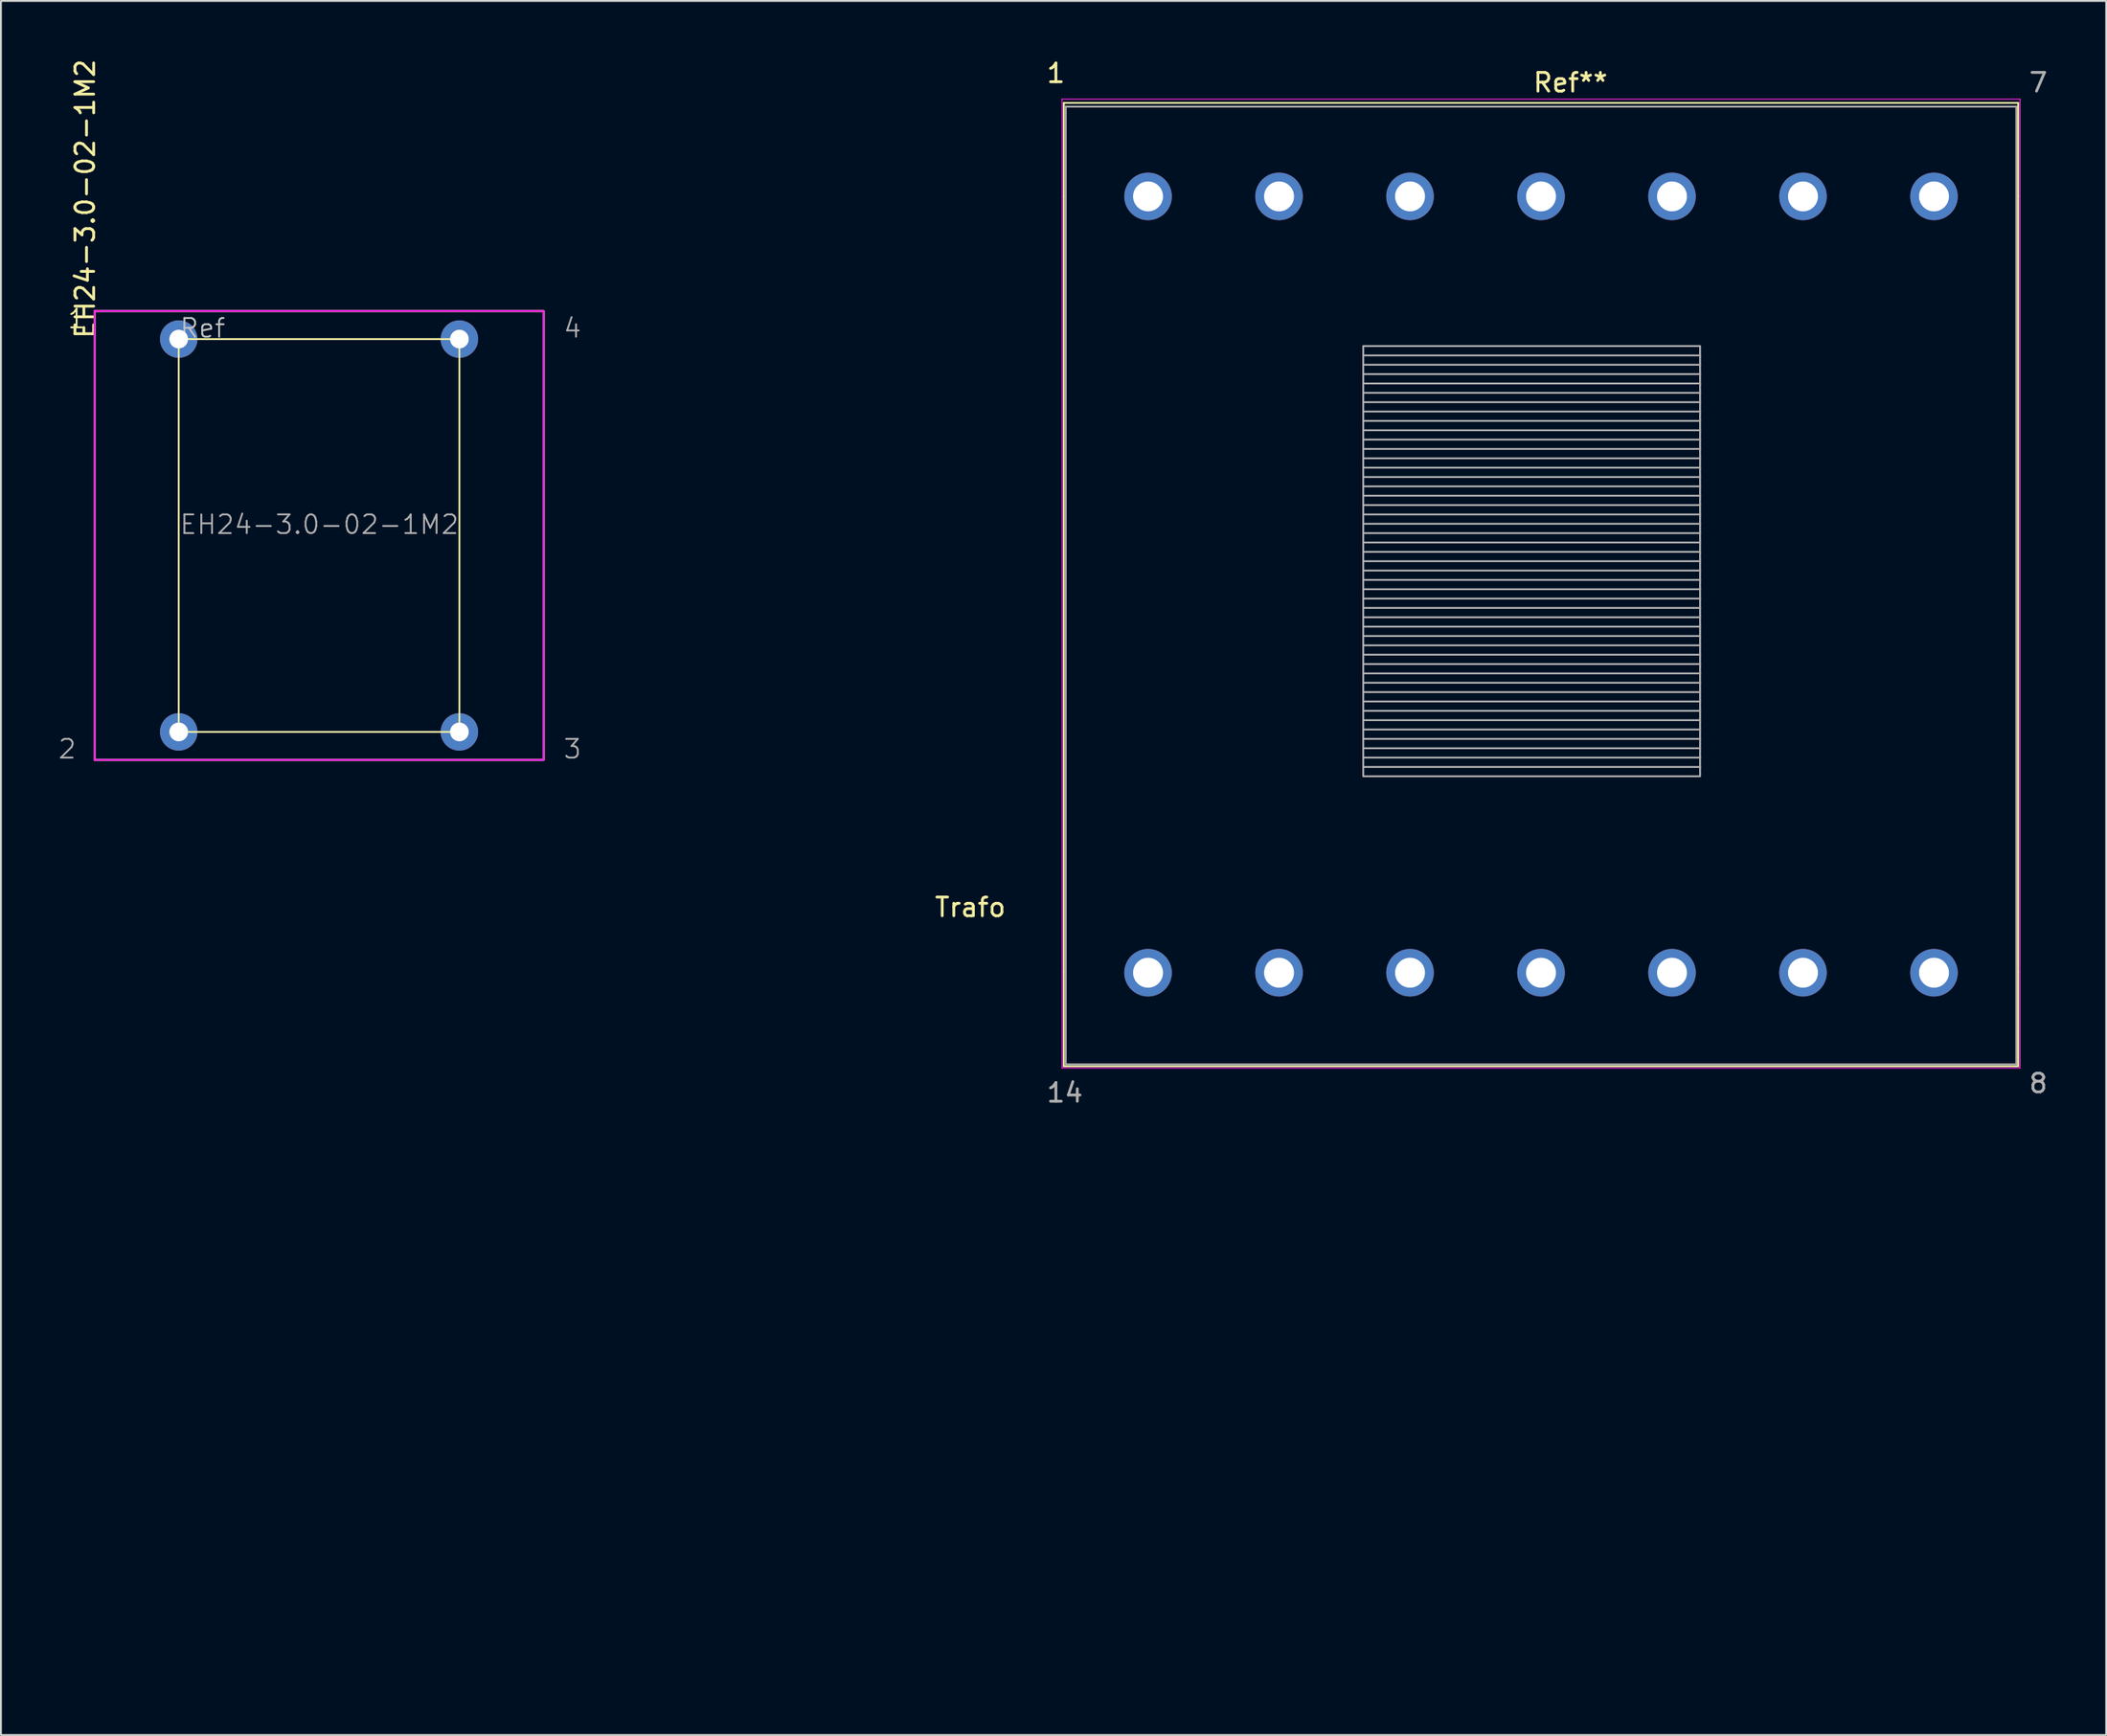
<source format=kicad_pcb>
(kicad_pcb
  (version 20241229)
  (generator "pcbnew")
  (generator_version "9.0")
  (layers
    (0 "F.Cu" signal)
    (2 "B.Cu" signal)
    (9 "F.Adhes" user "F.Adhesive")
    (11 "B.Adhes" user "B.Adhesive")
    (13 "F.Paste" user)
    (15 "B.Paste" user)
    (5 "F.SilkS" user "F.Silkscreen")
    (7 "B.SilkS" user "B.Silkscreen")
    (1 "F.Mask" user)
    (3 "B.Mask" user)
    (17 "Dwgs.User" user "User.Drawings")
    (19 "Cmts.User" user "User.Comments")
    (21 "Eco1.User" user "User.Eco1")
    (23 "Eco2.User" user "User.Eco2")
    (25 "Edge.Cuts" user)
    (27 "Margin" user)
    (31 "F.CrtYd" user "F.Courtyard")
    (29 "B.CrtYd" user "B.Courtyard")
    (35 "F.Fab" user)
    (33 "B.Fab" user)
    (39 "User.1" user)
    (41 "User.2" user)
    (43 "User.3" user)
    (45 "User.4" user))
  (footprint "Trafo"
    (layer "F.Cu")
    (at 31.302 86.45)
    (property "Reference" "Trafo" (at 17.5 -41 0) (layer "F.SilkS") (effects (font (size 1 1) (thickness 0.15))))
    (attr through_hole)
    (fp_line (start 22.5 -84) (end 22.5 -79) (stroke (width 0.1) (type default)) (layer "F.SilkS"))
    (fp_line (start 22.5 -37.5) (end 22.5 -79) (stroke (width 0.1) (type default)) (layer "F.SilkS"))
    (fp_line (start 22.5 -37.5) (end 22.5 -32.5) (stroke (width 0.1) (type default)) (layer "F.SilkS"))
    (fp_line (start 22.5 -32.5) (end 73.5 -32.5) (stroke (width 0.1) (type default)) (layer "F.SilkS"))
    (fp_line (start 73.5 -84) (end 22.5 -84) (stroke (width 0.1) (type default)) (layer "F.SilkS"))
    (fp_line (start 73.5 -79) (end 73.5 -84) (stroke (width 0.1) (type default)) (layer "F.SilkS"))
    (fp_line (start 73.5 -79) (end 73.5 -37.5) (stroke (width 0.1) (type default)) (layer "F.SilkS"))
    (fp_line (start 73.5 -37.5) (end 73.5 -32.5) (stroke (width 0.1) (type default)) (layer "F.SilkS"))
    (fp_line (start 22.4 -84.2) (end 73.6 -84.2) (stroke (width 0.05) (type default)) (layer "F.CrtYd"))
    (fp_line (start 22.4 -32.4) (end 22.4 -84.2) (stroke (width 0.05) (type default)) (layer "F.CrtYd"))
    (fp_line (start 73.6 -84.2) (end 73.6 -32.4) (stroke (width 0.05) (type default)) (layer "F.CrtYd"))
    (fp_line (start 73.6 -32.4) (end 22.4 -32.4) (stroke (width 0.05) (type default)) (layer "F.CrtYd"))
    (fp_line (start 22.6 -83.8) (end 73.4 -83.8) (stroke (width 0.1) (type default)) (layer "F.Fab"))
    (fp_line (start 22.6 -32.6) (end 22.6 -83.8) (stroke (width 0.1) (type default)) (layer "F.Fab"))
    (fp_line (start 38.5 -70.5) (end 56.5 -70.5) (stroke (width 0.1) (type default)) (layer "F.Fab"))
    (fp_line (start 38.5 -70) (end 56.5 -70) (stroke (width 0.1) (type default)) (layer "F.Fab"))
    (fp_line (start 38.5 -69.5) (end 56.5 -69.5) (stroke (width 0.1) (type default)) (layer "F.Fab"))
    (fp_line (start 38.5 -69) (end 56.5 -69) (stroke (width 0.1) (type default)) (layer "F.Fab"))
    (fp_line (start 38.5 -68.5) (end 56.5 -68.5) (stroke (width 0.1) (type default)) (layer "F.Fab"))
    (fp_line (start 38.5 -68) (end 56.5 -68) (stroke (width 0.1) (type default)) (layer "F.Fab"))
    (fp_line (start 38.5 -67.5) (end 56.5 -67.5) (stroke (width 0.1) (type default)) (layer "F.Fab"))
    (fp_line (start 38.5 -67) (end 56.5 -67) (stroke (width 0.1) (type default)) (layer "F.Fab"))
    (fp_line (start 38.5 -66.5) (end 56.5 -66.5) (stroke (width 0.1) (type default)) (layer "F.Fab"))
    (fp_line (start 38.5 -66) (end 56.5 -66) (stroke (width 0.1) (type default)) (layer "F.Fab"))
    (fp_line (start 38.5 -65.5) (end 56.5 -65.5) (stroke (width 0.1) (type default)) (layer "F.Fab"))
    (fp_line (start 38.5 -65) (end 56.5 -65) (stroke (width 0.1) (type default)) (layer "F.Fab"))
    (fp_line (start 38.5 -64.5) (end 56.5 -64.5) (stroke (width 0.1) (type default)) (layer "F.Fab"))
    (fp_line (start 38.5 -64) (end 56.5 -64) (stroke (width 0.1) (type default)) (layer "F.Fab"))
    (fp_line (start 38.5 -63.5) (end 56.5 -63.5) (stroke (width 0.1) (type default)) (layer "F.Fab"))
    (fp_line (start 38.5 -63) (end 56.5 -63) (stroke (width 0.1) (type default)) (layer "F.Fab"))
    (fp_line (start 38.5 -62.5) (end 56.5 -62.5) (stroke (width 0.1) (type default)) (layer "F.Fab"))
    (fp_line (start 38.5 -62) (end 56.5 -62) (stroke (width 0.1) (type default)) (layer "F.Fab"))
    (fp_line (start 38.5 -61.5) (end 56.5 -61.5) (stroke (width 0.1) (type default)) (layer "F.Fab"))
    (fp_line (start 38.5 -61) (end 56.5 -61) (stroke (width 0.1) (type default)) (layer "F.Fab"))
    (fp_line (start 38.5 -60.5) (end 56.5 -60.5) (stroke (width 0.1) (type default)) (layer "F.Fab"))
    (fp_line (start 38.5 -60) (end 56.5 -60) (stroke (width 0.1) (type default)) (layer "F.Fab"))
    (fp_line (start 38.5 -59.5) (end 56.5 -59.5) (stroke (width 0.1) (type default)) (layer "F.Fab"))
    (fp_line (start 38.5 -59) (end 56.5 -59) (stroke (width 0.1) (type default)) (layer "F.Fab"))
    (fp_line (start 38.5 -58.5) (end 56.5 -58.5) (stroke (width 0.1) (type default)) (layer "F.Fab"))
    (fp_line (start 38.5 -58) (end 56.5 -58) (stroke (width 0.1) (type default)) (layer "F.Fab"))
    (fp_line (start 38.5 -57.5) (end 56.5 -57.5) (stroke (width 0.1) (type default)) (layer "F.Fab"))
    (fp_line (start 38.5 -57) (end 56.5 -57) (stroke (width 0.1) (type default)) (layer "F.Fab"))
    (fp_line (start 38.5 -56.5) (end 56.5 -56.5) (stroke (width 0.1) (type default)) (layer "F.Fab"))
    (fp_line (start 38.5 -56) (end 56.5 -56) (stroke (width 0.1) (type default)) (layer "F.Fab"))
    (fp_line (start 38.5 -55.5) (end 56.5 -55.5) (stroke (width 0.1) (type default)) (layer "F.Fab"))
    (fp_line (start 38.5 -55) (end 56.5 -55) (stroke (width 0.1) (type default)) (layer "F.Fab"))
    (fp_line (start 38.5 -54.5) (end 56.5 -54.5) (stroke (width 0.1) (type default)) (layer "F.Fab"))
    (fp_line (start 38.5 -54) (end 56.5 -54) (stroke (width 0.1) (type default)) (layer "F.Fab"))
    (fp_line (start 38.5 -53.5) (end 56.5 -53.5) (stroke (width 0.1) (type default)) (layer "F.Fab"))
    (fp_line (start 38.5 -53) (end 56.5 -53) (stroke (width 0.1) (type default)) (layer "F.Fab"))
    (fp_line (start 38.5 -52.5) (end 56.5 -52.5) (stroke (width 0.1) (type default)) (layer "F.Fab"))
    (fp_line (start 38.5 -52) (end 56.5 -52) (stroke (width 0.1) (type default)) (layer "F.Fab"))
    (fp_line (start 38.5 -51.5) (end 56.5 -51.5) (stroke (width 0.1) (type default)) (layer "F.Fab"))
    (fp_line (start 38.5 -51) (end 56.5 -51) (stroke (width 0.1) (type default)) (layer "F.Fab"))
    (fp_line (start 38.5 -50.5) (end 56.5 -50.5) (stroke (width 0.1) (type default)) (layer "F.Fab"))
    (fp_line (start 38.5 -50) (end 56.5 -50) (stroke (width 0.1) (type default)) (layer "F.Fab"))
    (fp_line (start 38.5 -49.5) (end 56.5 -49.5) (stroke (width 0.1) (type default)) (layer "F.Fab"))
    (fp_line (start 38.5 -49) (end 56.5 -49) (stroke (width 0.1) (type default)) (layer "F.Fab"))
    (fp_line (start 38.5 -48.5) (end 56.5 -48.5) (stroke (width 0.1) (type default)) (layer "F.Fab"))
    (fp_line (start 73.4 -83.8) (end 73.4 -32.6) (stroke (width 0.1) (type default)) (layer "F.Fab"))
    (fp_line (start 73.4 -32.6) (end 22.6 -32.6) (stroke (width 0.1) (type default)) (layer "F.Fab"))
    (fp_rect (start 38.5 -71) (end 56.5 -48) (stroke (width 0.1) (type default)) (fill no) (layer "F.Fab"))
    (fp_text user "Ref**" (at 47.5 -84.5 0) (unlocked yes) (layer "F.SilkS") (effects (font (size 1 1) (thickness 0.15)) (justify left bottom)))
    (fp_text user "1" (at 21.5 -85 0) (unlocked yes) (layer "F.SilkS") (effects (font (size 1 1) (thickness 0.15)) (justify left bottom)))
    (fp_text user "7" (at 74 -84.5 0) (unlocked yes) (layer "F.Fab") (effects (font (size 1 1) (thickness 0.15)) (justify left bottom)))
    (fp_text user "8" (at 74 -31 0) (unlocked yes) (layer "F.Fab") (effects (font (size 1 1) (thickness 0.15)) (justify left bottom)))
    (fp_text user "14" (at 21.5 -30.5 0) (unlocked yes) (layer "F.Fab") (effects (font (size 1 1) (thickness 0.15)) (justify left bottom)))
    (pad "1" thru_hole circle (at 27 -79) (size 2.54 2.54) (drill 1.6) (layers "*.Cu" "*.Mask"))
    (pad "2" thru_hole circle (at 34 -79) (size 2.54 2.54) (drill 1.6) (layers "*.Cu" "*.Mask"))
    (pad "3" thru_hole circle (at 41 -79) (size 2.54 2.54) (drill 1.6) (layers "*.Cu" "*.Mask"))
    (pad "4" thru_hole circle (at 48 -79) (size 2.54 2.54) (drill 1.6) (layers "*.Cu" "*.Mask"))
    (pad "5" thru_hole circle (at 55 -79) (size 2.54 2.54) (drill 1.6) (layers "*.Cu" "*.Mask"))
    (pad "6" thru_hole circle (at 62 -79) (size 2.54 2.54) (drill 1.6) (layers "*.Cu" "*.Mask"))
    (pad "7" thru_hole circle (at 69 -79) (size 2.54 2.54) (drill 1.6) (layers "*.Cu" "*.Mask"))
    (pad "8" thru_hole circle (at 69 -37.5) (size 2.54 2.54) (drill 1.6) (layers "*.Cu" "*.Mask"))
    (pad "9" thru_hole circle (at 62 -37.5) (size 2.54 2.54) (drill 1.6) (layers "*.Cu" "*.Mask"))
    (pad "10" thru_hole circle (at 55 -37.5) (size 2.54 2.54) (drill 1.6) (layers "*.Cu" "*.Mask"))
    (pad "11" thru_hole circle (at 48 -37.5) (size 2.54 2.54) (drill 1.6) (layers "*.Cu" "*.Mask"))
    (pad "12" thru_hole circle (at 41 -37.5) (size 2.54 2.54) (drill 1.6) (layers "*.Cu" "*.Mask"))
    (pad "13" thru_hole circle (at 34 -37.5) (size 2.54 2.54) (drill 1.6) (layers "*.Cu" "*.Mask"))
    (pad "14" thru_hole circle (at 27 -37.5) (size 2.54 2.54) (drill 1.6) (layers "*.Cu" "*.Mask")))
  (footprint "EH24-3.0-02-1M2"
    (layer "F.Cu")
    (at 6.5 15.077)
    (property "Reference" "EH24-3.0-02-1M2" (at -5 -7.5 90) (layer "F.SilkS") (effects (font (size 1 1) (thickness 0.15))))
    (attr through_hole)
    (fp_rect (start -4.5 -1.5) (end 19.5 22.5) (stroke (width 0.1) (type default)) (fill no) (layer "F.SilkS"))
    (fp_rect (start 0 0) (end 15 21) (stroke (width 0.1) (type default)) (fill no) (layer "F.SilkS"))
    (fp_rect (start -4.5 -1.5) (end 19.5 22.5) (stroke (width 0.1) (type solid)) (fill no) (layer "F.CrtYd"))
    (fp_rect (start -4.5 -1.5) (end 19.5 22.5) (stroke (width 0.1) (type solid)) (fill no) (layer "F.Fab"))
    (fp_text user "1" (at -6 -0.5 0) (unlocked yes) (layer "F.SilkS") (effects (font (size 1 1) (thickness 0.1)) (justify left bottom)))
    (fp_text user "Ref" (at 0 0 0) (unlocked yes) (layer "Dwgs.User") (effects (font (size 1 1) (thickness 0.1)) (justify left bottom)))
    (fp_text user "4" (at 20.5 0 0) (unlocked yes) (layer "F.Fab") (effects (font (size 1 1) (thickness 0.1)) (justify left bottom)))
    (fp_text user "2" (at -6.5 22.5 0) (unlocked yes) (layer "F.Fab") (effects (font (size 1 1) (thickness 0.1)) (justify left bottom)))
    (fp_text user "3" (at 20.5 22.5 0) (unlocked yes) (layer "F.Fab") (effects (font (size 1 1) (thickness 0.1)) (justify left bottom)))
    (fp_text user "EH24-3.0-02-1M2" (at 0 10.5 0) (unlocked yes) (layer "F.Fab") (effects (font (size 1 1) (thickness 0.1)) (justify left bottom)))
    (pad "1" thru_hole circle (at 0 0) (size 2 2) (drill 1) (layers "*.Cu" "*.Mask"))
    (pad "2" thru_hole circle (at 0 21) (size 2 2) (drill 1) (layers "*.Cu" "*.Mask"))
    (pad "3" thru_hole circle (at 15 21) (size 2 2) (drill 1) (layers "*.Cu" "*.Mask"))
    (pad "4" thru_hole circle (at 15 0) (size 2 2) (drill 1) (layers "*.Cu" "*.Mask")))
  (gr_rect
    (start -3 -3)
    (end 109.505 89.7)
    (stroke (width 0.1) (type default))
    (fill no)
    (layer "Edge.Cuts")))
</source>
